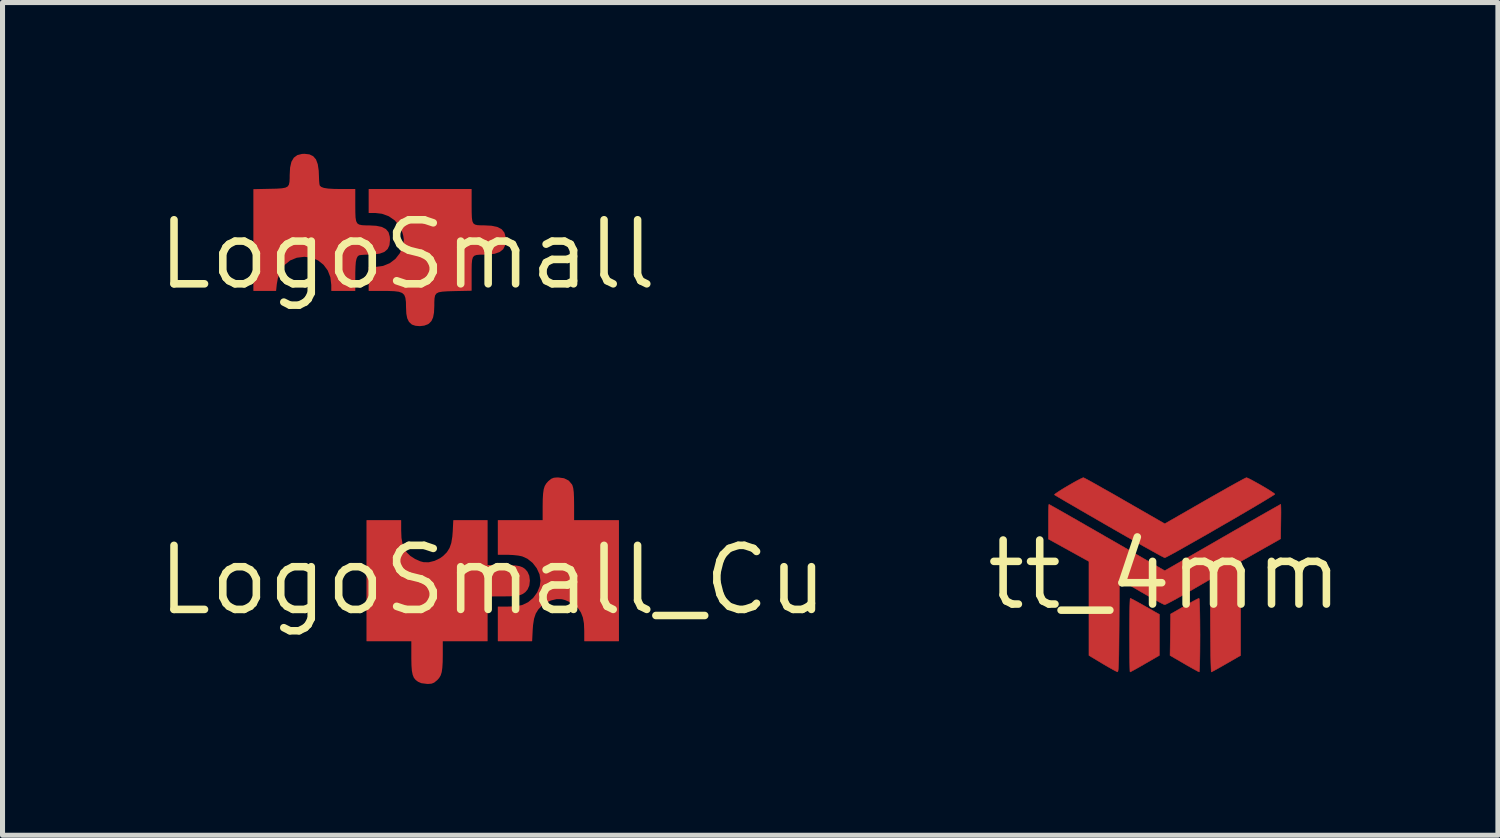
<source format=kicad_pcb>
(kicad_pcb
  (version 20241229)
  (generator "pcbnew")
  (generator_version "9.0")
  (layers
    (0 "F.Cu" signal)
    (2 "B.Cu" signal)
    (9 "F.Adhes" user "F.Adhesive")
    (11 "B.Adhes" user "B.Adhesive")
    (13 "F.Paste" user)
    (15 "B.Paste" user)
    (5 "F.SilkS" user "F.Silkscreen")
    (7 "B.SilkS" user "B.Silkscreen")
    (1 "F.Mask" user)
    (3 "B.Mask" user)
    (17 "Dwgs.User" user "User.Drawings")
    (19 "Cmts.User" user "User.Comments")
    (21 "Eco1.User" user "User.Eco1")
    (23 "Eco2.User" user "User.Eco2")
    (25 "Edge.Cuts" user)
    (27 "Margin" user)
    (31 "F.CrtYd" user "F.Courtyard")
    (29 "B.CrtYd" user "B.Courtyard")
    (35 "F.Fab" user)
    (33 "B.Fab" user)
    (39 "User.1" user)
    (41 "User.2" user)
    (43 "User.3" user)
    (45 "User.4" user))
  (footprint "LogoSmall_Cu"
    (layer "F.Cu")
    (at 6.72 8.454)
    (property "Reference" "LogoSmall_Cu" (at 0 0 0) (layer "F.SilkS") (effects (font (size 1.27 1.27) (thickness 0.15))))
    (attr smd)
    (pad "1" smd custom (at -1.3 0.3) (size 1 1) (layers "F.Cu" "F.Mask") (options (anchor circle)) (primitives (gr_poly (pts (xy -0.52 -1.287) (xy -0.514 -1.138) (xy -0.493 -1.02) (xy -0.455 -0.922) (xy -0.405 -0.843) (xy -0.336 -0.776) (xy -0.241 -0.715) (xy -0.137 -0.669) (xy -0.069 -0.651) (xy 0.034 -0.65) (xy 0.148 -0.678) (xy 0.258 -0.731) (xy 0.32 -0.776) (xy 0.395 -0.851) (xy 0.448 -0.935) (xy 0.483 -1.035) (xy 0.504 -1.163) (xy 0.512 -1.264) (xy 0.523 -1.485) (xy 1.194 -1.485) (xy 1.194 -0.596) (xy 1.496 -0.596) (xy 1.641 -0.594) (xy 1.75 -0.587) (xy 1.832 -0.573) (xy 1.894 -0.549) (xy 1.942 -0.514) (xy 1.984 -0.466) (xy 1.986 -0.462) (xy 2.02 -0.386) (xy 2.032 -0.291) (xy 2.021 -0.196) (xy 1.988 -0.119) (xy 1.986 -0.116) (xy 1.945 -0.067) (xy 1.897 -0.032) (xy 1.837 -0.008) (xy 1.757 0.008) (xy 1.649 0.015) (xy 1.507 0.017) (xy 1.496 0.017) (xy 1.194 0.018) (xy 1.194 0.906) (xy 0.305 0.906) (xy 0.305 1.176) (xy 0.303 1.324) (xy 0.296 1.437) (xy 0.284 1.522) (xy 0.264 1.586) (xy 0.234 1.637) (xy 0.194 1.681) (xy 0.19 1.684) (xy 0.137 1.727) (xy 0.088 1.747) (xy 0.02 1.753) (xy 0.004 1.753) (xy -0.114 1.738) (xy -0.178 1.71) (xy -0.224 1.676) (xy -0.259 1.633) (xy -0.282 1.576) (xy -0.298 1.497) (xy -0.306 1.391) (xy -0.309 1.25) (xy -0.309 1.214) (xy -0.309 0.906) (xy -1.198 0.906) (xy -1.198 -1.485) (xy -0.52 -1.485) (xy -0.52 -1.287)) (width 0.01) (fill yes))))
    (pad "2" smd custom (at 1.65 -0.35) (size 1 1) (layers "F.Cu" "F.Mask") (options (anchor circle)) (primitives (gr_poly (pts (xy -0.237 -1.666) (xy -0.145 -1.62) (xy -0.082 -1.545) (xy -0.072 -1.523) (xy -0.058 -1.473) (xy -0.048 -1.395) (xy -0.043 -1.286) (xy -0.041 -1.143) (xy -0.041 -0.835) (xy 0.848 -0.835) (xy 0.848 1.556) (xy 0.17 1.556) (xy 0.17 1.358) (xy 0.164 1.209) (xy 0.143 1.091) (xy 0.105 0.993) (xy 0.055 0.914) (xy -0.014 0.847) (xy -0.109 0.786) (xy -0.213 0.74) (xy -0.281 0.722) (xy -0.384 0.721) (xy -0.497 0.748) (xy -0.606 0.798) (xy -0.676 0.85) (xy -0.749 0.927) (xy -0.801 1.011) (xy -0.835 1.113) (xy -0.855 1.24) (xy -0.862 1.335) (xy -0.873 1.556) (xy -1.544 1.556) (xy -1.544 0.879) (xy -1.358 0.879) (xy -1.251 0.875) (xy -1.149 0.864) (xy -1.069 0.849) (xy -1.063 0.847) (xy -0.945 0.791) (xy -0.843 0.704) (xy -0.763 0.594) (xy -0.712 0.47) (xy -0.698 0.361) (xy -0.717 0.233) (xy -0.773 0.111) (xy -0.856 0.003) (xy -0.961 -0.08) (xy -1.063 -0.126) (xy -1.14 -0.142) (xy -1.241 -0.153) (xy -1.347 -0.158) (xy -1.358 -0.158) (xy -1.544 -0.158) (xy -1.544 -0.835) (xy -0.655 -0.835) (xy -0.655 -1.105) (xy -0.653 -1.253) (xy -0.646 -1.366) (xy -0.634 -1.451) (xy -0.614 -1.515) (xy -0.584 -1.565) (xy -0.544 -1.61) (xy -0.54 -1.613) (xy -0.487 -1.656) (xy -0.438 -1.676) (xy -0.37 -1.682) (xy -0.354 -1.682) (xy -0.237 -1.666)) (width 0.01) (fill yes)))))
  (footprint "tt_4mm"
    (layer "F.Cu")
    (at 20.046 8.348)
    (property "Reference" "tt_4mm" (at 0 0 0) (layer "F.SilkS") (effects (font (size 1.27 1.27) (thickness 0.15))))
    (attr through_hole)
    (fp_poly (pts (xy -0.661 0.476) (xy -0.608 0.503) (xy -0.532 0.544) (xy -0.44 0.596) (xy -0.387 0.626) (xy -0.106 0.786) (xy -0.107 1.598) (xy -0.391 1.762) (xy -0.489 1.819) (xy -0.575 1.867) (xy -0.64 1.903) (xy -0.679 1.923) (xy -0.687 1.926) (xy -0.69 1.906) (xy -0.692 1.848) (xy -0.694 1.757) (xy -0.696 1.639) (xy -0.697 1.498) (xy -0.698 1.338) (xy -0.699 1.196) (xy -0.698 1.025) (xy -0.697 0.868) (xy -0.695 0.73) (xy -0.693 0.616) (xy -0.69 0.531) (xy -0.687 0.48) (xy -0.684 0.466) (xy -0.661 0.476)) (stroke (width 0.01) (type solid)) (fill yes) (layer "F.Cu"))
    (fp_poly (pts (xy 0.684 0.486) (xy 0.688 0.545) (xy 0.692 0.639) (xy 0.695 0.763) (xy 0.697 0.913) (xy 0.698 1.087) (xy 0.699 1.196) (xy 0.698 1.367) (xy 0.697 1.524) (xy 0.695 1.661) (xy 0.692 1.775) (xy 0.689 1.86) (xy 0.686 1.912) (xy 0.683 1.926) (xy 0.66 1.915) (xy 0.607 1.887) (xy 0.531 1.845) (xy 0.439 1.793) (xy 0.386 1.762) (xy 0.105 1.599) (xy 0.111 1.188) (xy 0.116 0.778) (xy 0.388 0.622) (xy 0.485 0.567) (xy 0.569 0.52) (xy 0.634 0.486) (xy 0.673 0.468) (xy 0.679 0.466) (xy 0.684 0.486)) (stroke (width 0.01) (type solid)) (fill yes) (layer "F.Cu"))
    (fp_poly (pts (xy 1.649 -1.916) (xy 1.704 -1.889) (xy 1.778 -1.849) (xy 1.864 -1.801) (xy 1.953 -1.75) (xy 2.037 -1.7) (xy 2.108 -1.655) (xy 2.159 -1.621) (xy 2.182 -1.601) (xy 2.183 -1.6) (xy 2.165 -1.586) (xy 2.115 -1.554) (xy 2.035 -1.505) (xy 1.931 -1.442) (xy 1.805 -1.367) (xy 1.662 -1.283) (xy 1.505 -1.191) (xy 1.339 -1.094) (xy 1.167 -0.995) (xy 0.994 -0.895) (xy 0.823 -0.796) (xy 0.657 -0.702) (xy 0.502 -0.614) (xy 0.361 -0.534) (xy 0.238 -0.465) (xy 0.136 -0.409) (xy 0.06 -0.368) (xy 0.013 -0.344) (xy 0 -0.339) (xy -0.024 -0.35) (xy -0.081 -0.379) (xy -0.168 -0.427) (xy -0.281 -0.49) (xy -0.418 -0.566) (xy -0.575 -0.655) (xy -0.748 -0.753) (xy -0.935 -0.86) (xy -1.101 -0.955) (xy -1.296 -1.068) (xy -1.48 -1.174) (xy -1.65 -1.272) (xy -1.802 -1.361) (xy -1.934 -1.437) (xy -2.041 -1.5) (xy -2.122 -1.548) (xy -2.171 -1.577) (xy -2.187 -1.587) (xy -2.175 -1.602) (xy -2.133 -1.632) (xy -2.069 -1.674) (xy -1.99 -1.723) (xy -1.903 -1.774) (xy -1.815 -1.825) (xy -1.735 -1.869) (xy -1.669 -1.903) (xy -1.625 -1.923) (xy -1.613 -1.926) (xy -1.59 -1.916) (xy -1.535 -1.887) (xy -1.451 -1.841) (xy -1.342 -1.78) (xy -1.212 -1.706) (xy -1.064 -1.623) (xy -0.903 -1.531) (xy -0.796 -1.469) (xy 0.000073 -1.012) (xy 0.796 -1.469) (xy 0.964 -1.565) (xy 1.122 -1.654) (xy 1.264 -1.735) (xy 1.388 -1.804) (xy 1.489 -1.859) (xy 1.564 -1.9) (xy 1.609 -1.922) (xy 1.62 -1.926) (xy 1.649 -1.916)) (stroke (width 0.01) (type solid)) (fill yes) (layer "F.Cu"))
    (fp_poly (pts (xy 2.301 -1.377) (xy 2.303 -1.322) (xy 2.304 -1.238) (xy 2.303 -1.134) (xy 2.302 -1.055) (xy 2.297 -0.714) (xy 1.504 -0.265) (xy 1.503 1.599) (xy 1.219 1.763) (xy 1.121 1.819) (xy 1.036 1.867) (xy 0.97 1.903) (xy 0.931 1.923) (xy 0.923 1.926) (xy 0.921 1.906) (xy 0.918 1.847) (xy 0.915 1.755) (xy 0.912 1.633) (xy 0.91 1.487) (xy 0.908 1.319) (xy 0.906 1.135) (xy 0.905 1.008) (xy 0.9 0.089) (xy 0.466 0.341) (xy 0.342 0.412) (xy 0.229 0.475) (xy 0.133 0.527) (xy 0.059 0.566) (xy 0.013 0.588) (xy 0 0.592) (xy -0.027 0.582) (xy -0.084 0.553) (xy -0.167 0.508) (xy -0.27 0.452) (xy -0.388 0.385) (xy -0.466 0.34) (xy -0.9 0.089) (xy -0.905 1.008) (xy -0.907 1.239) (xy -0.909 1.431) (xy -0.911 1.586) (xy -0.914 1.708) (xy -0.918 1.8) (xy -0.922 1.864) (xy -0.927 1.904) (xy -0.933 1.922) (xy -0.937 1.924) (xy -0.963 1.913) (xy -1.019 1.884) (xy -1.097 1.84) (xy -1.189 1.787) (xy -1.233 1.761) (xy -1.503 1.599) (xy -1.503 0.667) (xy -1.503 -0.265) (xy -2.306 -0.709) (xy -2.306 -1.053) (xy -2.306 -1.168) (xy -2.305 -1.267) (xy -2.302 -1.343) (xy -2.299 -1.387) (xy -2.297 -1.397) (xy -2.277 -1.387) (xy -2.224 -1.357) (xy -2.14 -1.31) (xy -2.029 -1.247) (xy -1.894 -1.17) (xy -1.738 -1.081) (xy -1.565 -0.981) (xy -1.376 -0.873) (xy -1.177 -0.758) (xy -1.143 -0.739) (xy -0.000117 -0.081) (xy 1.144 -0.739) (xy 1.345 -0.855) (xy 1.536 -0.964) (xy 1.712 -1.065) (xy 1.871 -1.156) (xy 2.01 -1.235) (xy 2.125 -1.3) (xy 2.213 -1.35) (xy 2.272 -1.383) (xy 2.297 -1.397) (xy 2.298 -1.397) (xy 2.301 -1.377)) (stroke (width 0.01) (type solid)) (fill yes) (layer "F.Cu"))
    (fp_poly (pts (xy -0.661 0.476) (xy -0.608 0.503) (xy -0.532 0.544) (xy -0.44 0.596) (xy -0.387 0.626) (xy -0.106 0.786) (xy -0.107 1.598) (xy -0.391 1.762) (xy -0.489 1.819) (xy -0.575 1.867) (xy -0.64 1.903) (xy -0.679 1.923) (xy -0.687 1.926) (xy -0.69 1.906) (xy -0.692 1.848) (xy -0.694 1.757) (xy -0.696 1.639) (xy -0.697 1.498) (xy -0.698 1.338) (xy -0.699 1.196) (xy -0.698 1.025) (xy -0.697 0.868) (xy -0.695 0.73) (xy -0.693 0.616) (xy -0.69 0.531) (xy -0.687 0.48) (xy -0.684 0.466) (xy -0.661 0.476)) (stroke (width 0.01) (type solid)) (fill yes) (layer "F.Mask"))
    (fp_poly (pts (xy 0.684 0.486) (xy 0.688 0.545) (xy 0.692 0.639) (xy 0.695 0.763) (xy 0.697 0.913) (xy 0.698 1.087) (xy 0.699 1.196) (xy 0.698 1.367) (xy 0.697 1.524) (xy 0.695 1.661) (xy 0.692 1.775) (xy 0.689 1.86) (xy 0.686 1.912) (xy 0.683 1.926) (xy 0.66 1.915) (xy 0.607 1.887) (xy 0.531 1.845) (xy 0.439 1.793) (xy 0.386 1.762) (xy 0.105 1.599) (xy 0.111 1.188) (xy 0.116 0.778) (xy 0.388 0.622) (xy 0.485 0.567) (xy 0.569 0.52) (xy 0.634 0.486) (xy 0.673 0.468) (xy 0.679 0.466) (xy 0.684 0.486)) (stroke (width 0.01) (type solid)) (fill yes) (layer "F.Mask"))
    (fp_poly (pts (xy 1.649 -1.916) (xy 1.704 -1.889) (xy 1.778 -1.849) (xy 1.864 -1.801) (xy 1.953 -1.75) (xy 2.037 -1.7) (xy 2.108 -1.655) (xy 2.159 -1.621) (xy 2.182 -1.601) (xy 2.183 -1.6) (xy 2.165 -1.586) (xy 2.115 -1.554) (xy 2.035 -1.505) (xy 1.931 -1.442) (xy 1.805 -1.367) (xy 1.662 -1.283) (xy 1.505 -1.191) (xy 1.339 -1.094) (xy 1.167 -0.995) (xy 0.994 -0.895) (xy 0.823 -0.796) (xy 0.657 -0.702) (xy 0.502 -0.614) (xy 0.361 -0.534) (xy 0.238 -0.465) (xy 0.136 -0.409) (xy 0.06 -0.368) (xy 0.013 -0.344) (xy 0 -0.339) (xy -0.024 -0.35) (xy -0.081 -0.379) (xy -0.168 -0.427) (xy -0.281 -0.49) (xy -0.418 -0.566) (xy -0.575 -0.655) (xy -0.748 -0.753) (xy -0.935 -0.86) (xy -1.101 -0.955) (xy -1.296 -1.068) (xy -1.48 -1.174) (xy -1.65 -1.272) (xy -1.802 -1.361) (xy -1.934 -1.437) (xy -2.041 -1.5) (xy -2.122 -1.548) (xy -2.171 -1.577) (xy -2.187 -1.587) (xy -2.175 -1.602) (xy -2.133 -1.632) (xy -2.069 -1.674) (xy -1.99 -1.723) (xy -1.903 -1.774) (xy -1.815 -1.825) (xy -1.735 -1.869) (xy -1.669 -1.903) (xy -1.625 -1.923) (xy -1.613 -1.926) (xy -1.59 -1.916) (xy -1.535 -1.887) (xy -1.451 -1.841) (xy -1.342 -1.78) (xy -1.212 -1.706) (xy -1.064 -1.623) (xy -0.903 -1.531) (xy -0.796 -1.469) (xy 0.000073 -1.012) (xy 0.796 -1.469) (xy 0.964 -1.565) (xy 1.122 -1.654) (xy 1.264 -1.735) (xy 1.388 -1.804) (xy 1.489 -1.859) (xy 1.564 -1.9) (xy 1.609 -1.922) (xy 1.62 -1.926) (xy 1.649 -1.916)) (stroke (width 0.01) (type solid)) (fill yes) (layer "F.Mask"))
    (fp_poly (pts (xy 2.301 -1.377) (xy 2.303 -1.322) (xy 2.304 -1.238) (xy 2.303 -1.134) (xy 2.302 -1.055) (xy 2.297 -0.714) (xy 1.504 -0.265) (xy 1.503 1.599) (xy 1.219 1.763) (xy 1.121 1.819) (xy 1.036 1.867) (xy 0.97 1.903) (xy 0.931 1.923) (xy 0.923 1.926) (xy 0.921 1.906) (xy 0.918 1.847) (xy 0.915 1.755) (xy 0.912 1.633) (xy 0.91 1.487) (xy 0.908 1.319) (xy 0.906 1.135) (xy 0.905 1.008) (xy 0.9 0.089) (xy 0.466 0.341) (xy 0.342 0.412) (xy 0.229 0.475) (xy 0.133 0.527) (xy 0.059 0.566) (xy 0.013 0.588) (xy 0 0.592) (xy -0.027 0.582) (xy -0.084 0.553) (xy -0.167 0.508) (xy -0.27 0.452) (xy -0.388 0.385) (xy -0.466 0.34) (xy -0.9 0.089) (xy -0.905 1.008) (xy -0.907 1.239) (xy -0.909 1.431) (xy -0.911 1.586) (xy -0.914 1.708) (xy -0.918 1.8) (xy -0.922 1.864) (xy -0.927 1.904) (xy -0.933 1.922) (xy -0.937 1.924) (xy -0.963 1.913) (xy -1.019 1.884) (xy -1.097 1.84) (xy -1.189 1.787) (xy -1.233 1.761) (xy -1.503 1.599) (xy -1.503 0.667) (xy -1.503 -0.265) (xy -2.306 -0.709) (xy -2.306 -1.053) (xy -2.306 -1.168) (xy -2.305 -1.267) (xy -2.302 -1.343) (xy -2.299 -1.387) (xy -2.297 -1.397) (xy -2.277 -1.387) (xy -2.224 -1.357) (xy -2.14 -1.31) (xy -2.029 -1.247) (xy -1.894 -1.17) (xy -1.738 -1.081) (xy -1.565 -0.981) (xy -1.376 -0.873) (xy -1.177 -0.758) (xy -1.143 -0.739) (xy -0.000117 -0.081) (xy 1.144 -0.739) (xy 1.345 -0.855) (xy 1.536 -0.964) (xy 1.712 -1.065) (xy 1.871 -1.156) (xy 2.01 -1.235) (xy 2.125 -1.3) (xy 2.213 -1.35) (xy 2.272 -1.383) (xy 2.297 -1.397) (xy 2.298 -1.397) (xy 2.301 -1.377)) (stroke (width 0.01) (type solid)) (fill yes) (layer "F.Mask")))
  (footprint "LogoSmall"
    (layer "F.Cu")
    (at 4.477 1.698)
    (property "Reference" "LogoSmall" (at 0.55 0.3 0) (layer "F.SilkS") (effects (font (size 1.27 1.27) (thickness 0.15))))
    (attr smd exclude_from_pos_files exclude_from_bom)
    (fp_poly (pts (xy -1.393 -1.682) (xy -1.32 -1.647) (xy -1.266 -1.585) (xy -1.231 -1.491) (xy -1.212 -1.363) (xy -1.207 -1.238) (xy -1.204 -1.161) (xy -1.198 -1.098) (xy -1.19 -1.065) (xy -1.19 -1.065) (xy -1.159 -1.037) (xy -1.105 -1.017) (xy -1.021 -1.004) (xy -0.905 -0.997) (xy -0.771 -0.995) (xy -0.487 -0.995) (xy -0.487 -0.677) (xy -0.486 -0.538) (xy -0.482 -0.435) (xy -0.47 -0.363) (xy -0.447 -0.317) (xy -0.409 -0.291) (xy -0.351 -0.278) (xy -0.272 -0.274) (xy -0.217 -0.274) (xy -0.068 -0.266) (xy 0.044 -0.243) (xy 0.123 -0.201) (xy 0.173 -0.14) (xy 0.197 -0.055) (xy 0.201 0.011) (xy 0.191 0.111) (xy 0.156 0.187) (xy 0.095 0.241) (xy 0.003 0.276) (xy -0.124 0.293) (xy -0.212 0.295) (xy -0.297 0.298) (xy -0.366 0.303) (xy -0.409 0.31) (xy -0.415 0.313) (xy -0.443 0.339) (xy -0.462 0.381) (xy -0.476 0.443) (xy -0.483 0.533) (xy -0.487 0.656) (xy -0.487 0.718) (xy -0.487 1.016) (xy -0.953 1.016) (xy -0.953 0.902) (xy -0.971 0.749) (xy -1.024 0.613) (xy -1.107 0.5) (xy -1.215 0.413) (xy -1.344 0.358) (xy -1.491 0.339) (xy -1.491 0.339) (xy -1.644 0.358) (xy -1.776 0.412) (xy -1.884 0.5) (xy -1.967 0.62) (xy -2.022 0.768) (xy -2.043 0.884) (xy -2.057 1.016) (xy -2.498 1.016) (xy -2.498 -0.992) (xy -2.182 -0.999) (xy -2.042 -1.002) (xy -1.939 -1.009) (xy -1.867 -1.022) (xy -1.82 -1.046) (xy -1.794 -1.084) (xy -1.782 -1.14) (xy -1.778 -1.218) (xy -1.778 -1.274) (xy -1.77 -1.424) (xy -1.744 -1.538) (xy -1.697 -1.618) (xy -1.629 -1.668) (xy -1.537 -1.691) (xy -1.49 -1.693) (xy -1.393 -1.682)) (stroke (width 0.01) (type solid)) (fill yes) (layer "F.Mask"))
    (fp_poly (pts (xy 1.82 -0.67) (xy 1.821 -0.532) (xy 1.825 -0.43) (xy 1.835 -0.36) (xy 1.856 -0.315) (xy 1.891 -0.29) (xy 1.943 -0.278) (xy 2.015 -0.275) (xy 2.065 -0.275) (xy 2.218 -0.267) (xy 2.335 -0.242) (xy 2.418 -0.198) (xy 2.47 -0.133) (xy 2.495 -0.044) (xy 2.498 0.009) (xy 2.486 0.112) (xy 2.447 0.19) (xy 2.379 0.245) (xy 2.28 0.279) (xy 2.145 0.295) (xy 2.078 0.296) (xy 1.988 0.297) (xy 1.922 0.303) (xy 1.876 0.319) (xy 1.846 0.351) (xy 1.83 0.406) (xy 1.822 0.488) (xy 1.82 0.603) (xy 1.82 0.693) (xy 1.82 1.012) (xy 1.49 1.019) (xy 1.349 1.023) (xy 1.245 1.03) (xy 1.171 1.043) (xy 1.124 1.068) (xy 1.096 1.108) (xy 1.084 1.167) (xy 1.08 1.249) (xy 1.079 1.317) (xy 1.074 1.448) (xy 1.056 1.545) (xy 1.024 1.615) (xy 0.974 1.666) (xy 0.954 1.678) (xy 0.884 1.704) (xy 0.797 1.714) (xy 0.712 1.707) (xy 0.646 1.685) (xy 0.64 1.681) (xy 0.587 1.632) (xy 0.553 1.564) (xy 0.535 1.472) (xy 0.529 1.346) (xy 0.527 1.238) (xy 0.516 1.156) (xy 0.493 1.097) (xy 0.45 1.057) (xy 0.384 1.033) (xy 0.289 1.021) (xy 0.16 1.016) (xy 0.071 1.016) (xy -0.212 1.016) (xy -0.212 0.55) (xy -0.079 0.55) (xy 0.069 0.53) (xy 0.204 0.475) (xy 0.318 0.388) (xy 0.406 0.275) (xy 0.456 0.161) (xy 0.478 0.073) (xy 0.485 0.003) (xy 0.475 -0.068) (xy 0.456 -0.14) (xy 0.395 -0.272) (xy 0.303 -0.382) (xy 0.185 -0.464) (xy 0.048 -0.514) (xy -0.079 -0.529) (xy -0.212 -0.529) (xy -0.212 -0.995) (xy 1.82 -0.995) (xy 1.82 -0.67)) (stroke (width 0.01) (type solid)) (fill yes) (layer "F.Mask"))
    (pad "1" smd custom (at 1 0.1) (size 0.412 0.412) (property pad_prop_testpoint) (layers "F.Cu" "F.Mask") (options (anchor circle)) (primitives (gr_poly (pts (xy 0.82 -0.77) (xy 0.821 -0.632) (xy 0.825 -0.53) (xy 0.835 -0.46) (xy 0.856 -0.415) (xy 0.891 -0.39) (xy 0.943 -0.378) (xy 1.015 -0.375) (xy 1.065 -0.375) (xy 1.218 -0.367) (xy 1.335 -0.342) (xy 1.418 -0.298) (xy 1.47 -0.233) (xy 1.495 -0.144) (xy 1.498 -0.091) (xy 1.486 0.012) (xy 1.447 0.09) (xy 1.379 0.145) (xy 1.28 0.179) (xy 1.145 0.195) (xy 1.078 0.196) (xy 0.988 0.197) (xy 0.922 0.203) (xy 0.876 0.219) (xy 0.846 0.251) (xy 0.83 0.306) (xy 0.822 0.388) (xy 0.82 0.503) (xy 0.82 0.593) (xy 0.82 0.912) (xy 0.49 0.919) (xy 0.349 0.923) (xy 0.245 0.93) (xy 0.171 0.943) (xy 0.124 0.968) (xy 0.096 1.008) (xy 0.084 1.067) (xy 0.08 1.149) (xy 0.08 1.217) (xy 0.074 1.348) (xy 0.056 1.445) (xy 0.024 1.515) (xy -0.026 1.566) (xy -0.046 1.578) (xy -0.116 1.604) (xy -0.203 1.614) (xy -0.288 1.607) (xy -0.354 1.585) (xy -0.36 1.581) (xy -0.413 1.532) (xy -0.447 1.464) (xy -0.465 1.372) (xy -0.471 1.246) (xy -0.473 1.138) (xy -0.484 1.056) (xy -0.507 0.997) (xy -0.55 0.957) (xy -0.616 0.933) (xy -0.711 0.921) (xy -0.84 0.916) (xy -0.929 0.916) (xy -1.212 0.916) (xy -1.212 0.45) (xy -1.079 0.45) (xy -0.931 0.43) (xy -0.796 0.375) (xy -0.682 0.288) (xy -0.594 0.175) (xy -0.544 0.061) (xy -0.522 -0.027) (xy -0.515 -0.097) (xy -0.525 -0.168) (xy -0.544 -0.24) (xy -0.605 -0.372) (xy -0.697 -0.482) (xy -0.815 -0.564) (xy -0.952 -0.614) (xy -1.079 -0.629) (xy -1.212 -0.629) (xy -1.212 -1.095) (xy 0.82 -1.095) (xy 0.82 -0.77)) (width 0.01) (fill yes))))
    (pad "2" smd custom (at -1.45 -0.2) (size 0.412 0.412) (property pad_prop_testpoint) (layers "F.Cu" "F.Mask") (options (anchor circle)) (primitives (gr_poly (pts (xy 0.057 -1.482) (xy 0.13 -1.447) (xy 0.184 -1.385) (xy 0.219 -1.291) (xy 0.238 -1.163) (xy 0.243 -1.038) (xy 0.246 -0.961) (xy 0.252 -0.898) (xy 0.26 -0.865) (xy 0.26 -0.865) (xy 0.291 -0.837) (xy 0.345 -0.817) (xy 0.429 -0.804) (xy 0.545 -0.797) (xy 0.679 -0.795) (xy 0.963 -0.795) (xy 0.963 -0.477) (xy 0.964 -0.338) (xy 0.968 -0.235) (xy 0.98 -0.163) (xy 1.003 -0.117) (xy 1.041 -0.091) (xy 1.099 -0.078) (xy 1.178 -0.074) (xy 1.233 -0.074) (xy 1.382 -0.066) (xy 1.494 -0.043) (xy 1.573 -0.001) (xy 1.623 0.06) (xy 1.647 0.145) (xy 1.651 0.211) (xy 1.641 0.311) (xy 1.606 0.387) (xy 1.545 0.441) (xy 1.453 0.476) (xy 1.326 0.493) (xy 1.238 0.495) (xy 1.153 0.498) (xy 1.084 0.503) (xy 1.041 0.51) (xy 1.035 0.513) (xy 1.007 0.539) (xy 0.988 0.581) (xy 0.974 0.643) (xy 0.967 0.733) (xy 0.963 0.856) (xy 0.963 0.918) (xy 0.963 1.216) (xy 0.497 1.216) (xy 0.497 1.102) (xy 0.479 0.949) (xy 0.426 0.813) (xy 0.343 0.7) (xy 0.235 0.613) (xy 0.106 0.558) (xy -0.041 0.539) (xy -0.041 0.539) (xy -0.194 0.558) (xy -0.326 0.612) (xy -0.434 0.7) (xy -0.517 0.82) (xy -0.572 0.968) (xy -0.593 1.084) (xy -0.607 1.216) (xy -1.048 1.216) (xy -1.048 -0.792) (xy -0.732 -0.799) (xy -0.592 -0.802) (xy -0.489 -0.809) (xy -0.417 -0.822) (xy -0.37 -0.846) (xy -0.344 -0.884) (xy -0.332 -0.94) (xy -0.328 -1.018) (xy -0.328 -1.074) (xy -0.32 -1.224) (xy -0.294 -1.338) (xy -0.247 -1.418) (xy -0.179 -1.468) (xy -0.087 -1.491) (xy -0.04 -1.493) (xy 0.057 -1.482)) (width 0.01) (fill yes)))))
  (gr_rect
    (start -3 -3)
    (end 26.652 13.512)
    (stroke (width 0.1) (type default))
    (fill no)
    (layer "Edge.Cuts")))
</source>
